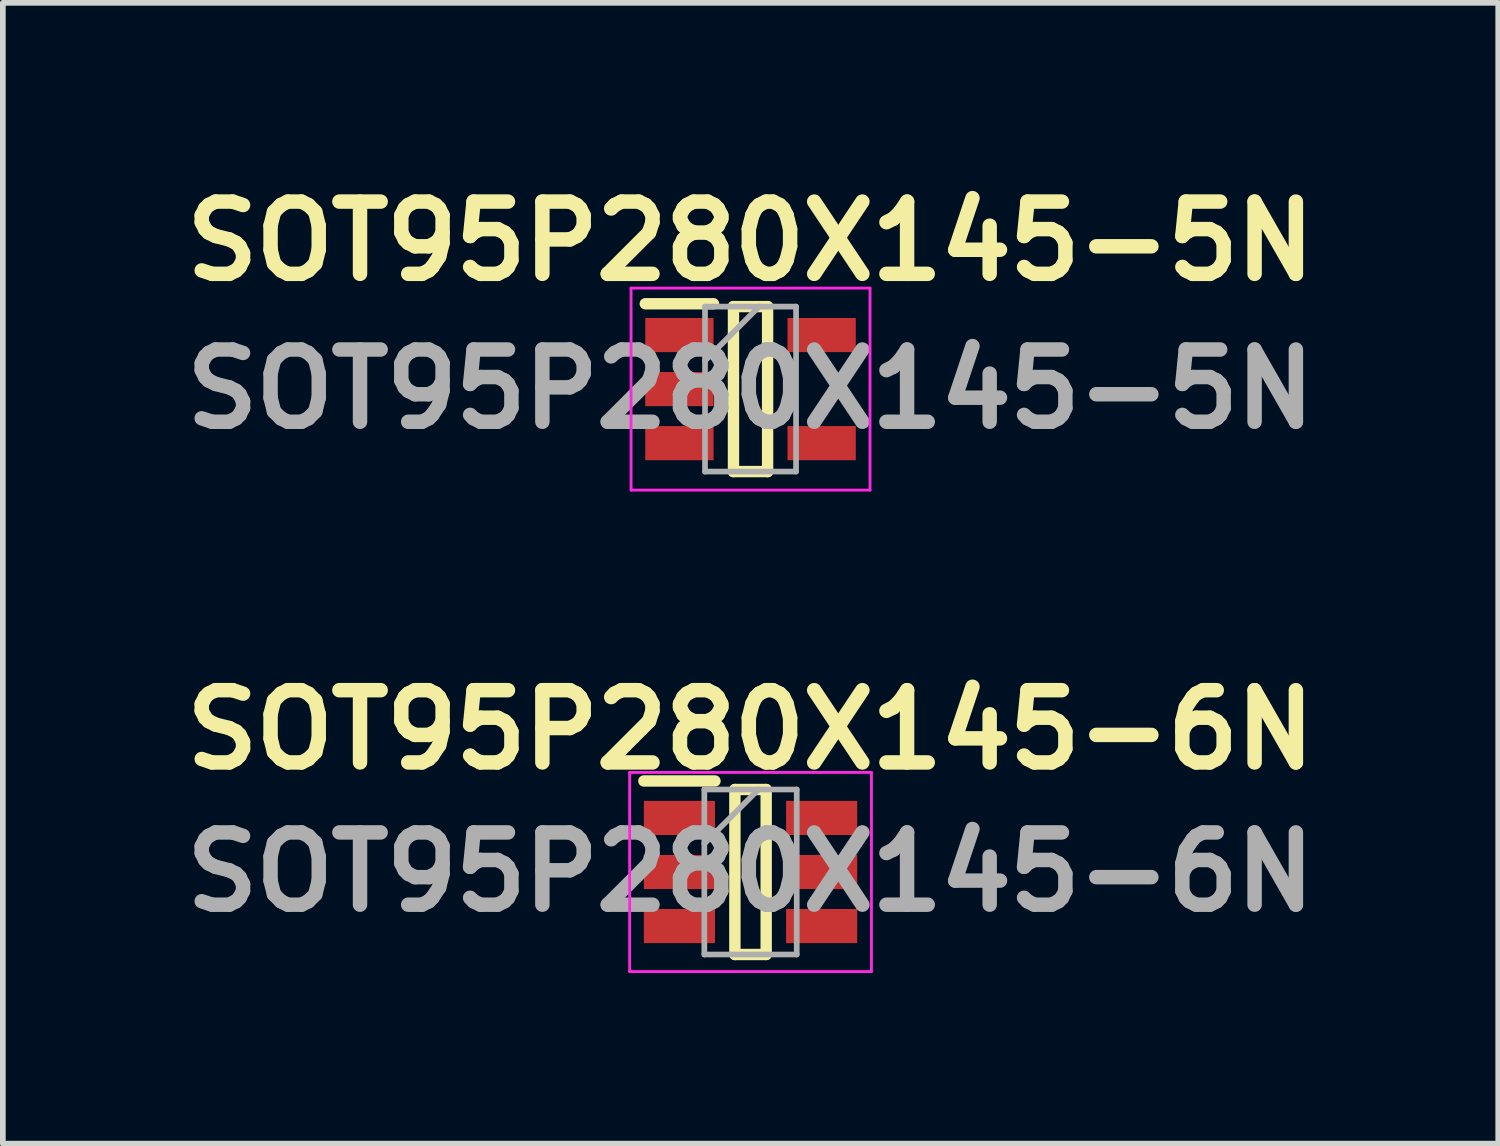
<source format=kicad_pcb>
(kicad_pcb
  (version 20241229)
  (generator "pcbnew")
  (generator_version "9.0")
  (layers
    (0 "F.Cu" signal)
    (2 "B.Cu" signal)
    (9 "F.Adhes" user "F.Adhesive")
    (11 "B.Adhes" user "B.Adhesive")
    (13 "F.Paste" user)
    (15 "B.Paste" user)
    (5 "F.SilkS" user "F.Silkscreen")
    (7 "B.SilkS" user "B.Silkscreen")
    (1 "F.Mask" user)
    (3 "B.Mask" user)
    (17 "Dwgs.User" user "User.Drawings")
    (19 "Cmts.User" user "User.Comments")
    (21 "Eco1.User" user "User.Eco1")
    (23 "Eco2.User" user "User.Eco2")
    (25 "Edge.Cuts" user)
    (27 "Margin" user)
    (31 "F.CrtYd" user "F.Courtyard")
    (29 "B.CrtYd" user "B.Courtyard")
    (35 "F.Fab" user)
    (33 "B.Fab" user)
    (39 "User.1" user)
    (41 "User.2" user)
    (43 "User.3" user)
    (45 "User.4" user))
  (footprint "SOT95P280X145-6N"
    (layer "F.Cu")
    (at 10.142 12.277)
    (property "Reference" "SOT95P280X145-6N" (at 0 -2.5 0) (layer "F.SilkS") (effects (font (size 1.27 1.27) (thickness 0.254))))
    (attr smd)
    (fp_line (start -1.875 -1.6) (end -0.625 -1.6) (stroke (width 0.2) (type solid)) (layer "F.SilkS"))
    (fp_line (start -0.275 -1.45) (end 0.275 -1.45) (stroke (width 0.2) (type solid)) (layer "F.SilkS"))
    (fp_line (start -0.275 1.45) (end -0.275 -1.45) (stroke (width 0.2) (type solid)) (layer "F.SilkS"))
    (fp_line (start 0.275 -1.45) (end 0.275 1.45) (stroke (width 0.2) (type solid)) (layer "F.SilkS"))
    (fp_line (start 0.275 1.45) (end -0.275 1.45) (stroke (width 0.2) (type solid)) (layer "F.SilkS"))
    (fp_line (start -2.125 -1.75) (end 2.125 -1.75) (stroke (width 0.05) (type solid)) (layer "F.CrtYd"))
    (fp_line (start -2.125 1.75) (end -2.125 -1.75) (stroke (width 0.05) (type solid)) (layer "F.CrtYd"))
    (fp_line (start 2.125 -1.75) (end 2.125 1.75) (stroke (width 0.05) (type solid)) (layer "F.CrtYd"))
    (fp_line (start 2.125 1.75) (end -2.125 1.75) (stroke (width 0.05) (type solid)) (layer "F.CrtYd"))
    (fp_line (start -0.812 -1.45) (end 0.812 -1.45) (stroke (width 0.1) (type solid)) (layer "F.Fab"))
    (fp_line (start -0.812 -0.5) (end 0.138 -1.45) (stroke (width 0.1) (type solid)) (layer "F.Fab"))
    (fp_line (start -0.812 1.45) (end -0.812 -1.45) (stroke (width 0.1) (type solid)) (layer "F.Fab"))
    (fp_line (start 0.812 -1.45) (end 0.812 1.45) (stroke (width 0.1) (type solid)) (layer "F.Fab"))
    (fp_line (start 0.812 1.45) (end -0.812 1.45) (stroke (width 0.1) (type solid)) (layer "F.Fab"))
    (fp_text user "${REFERENCE}" (at 0 0 0) (layer "F.Fab") (effects (font (size 1.27 1.27) (thickness 0.254))))
    (pad "1" smd rect (at -1.25 -0.95 90) (size 0.6 1.25) (layers "F.Cu" "F.Mask" "F.Paste"))
    (pad "2" smd rect (at -1.25 0 90) (size 0.6 1.25) (layers "F.Cu" "F.Mask" "F.Paste"))
    (pad "3" smd rect (at -1.25 0.95 90) (size 0.6 1.25) (layers "F.Cu" "F.Mask" "F.Paste"))
    (pad "4" smd rect (at 1.25 0.95 90) (size 0.6 1.25) (layers "F.Cu" "F.Mask" "F.Paste"))
    (pad "5" smd rect (at 1.25 0 90) (size 0.6 1.25) (layers "F.Cu" "F.Mask" "F.Paste"))
    (pad "6" smd rect (at 1.25 -0.95 90) (size 0.6 1.25) (layers "F.Cu" "F.Mask" "F.Paste")))
  (footprint "SOT95P280X145-5N"
    (layer "F.Cu")
    (at 10.142 3.789)
    (property "Reference" "SOT95P280X145-5N" (at 0 -2.6 0) (layer "F.SilkS") (effects (font (size 1.27 1.27) (thickness 0.254))))
    (attr smd)
    (fp_line (start -1.85 -1.5) (end -0.65 -1.5) (stroke (width 0.2) (type solid)) (layer "F.SilkS"))
    (fp_line (start -0.3 -1.45) (end 0.3 -1.45) (stroke (width 0.2) (type solid)) (layer "F.SilkS"))
    (fp_line (start -0.3 1.45) (end -0.3 -1.45) (stroke (width 0.2) (type solid)) (layer "F.SilkS"))
    (fp_line (start 0.3 -1.45) (end 0.3 1.45) (stroke (width 0.2) (type solid)) (layer "F.SilkS"))
    (fp_line (start 0.3 1.45) (end -0.3 1.45) (stroke (width 0.2) (type solid)) (layer "F.SilkS"))
    (fp_line (start -2.1 -1.775) (end 2.1 -1.775) (stroke (width 0.05) (type solid)) (layer "F.CrtYd"))
    (fp_line (start -2.1 1.775) (end -2.1 -1.775) (stroke (width 0.05) (type solid)) (layer "F.CrtYd"))
    (fp_line (start 2.1 -1.775) (end 2.1 1.775) (stroke (width 0.05) (type solid)) (layer "F.CrtYd"))
    (fp_line (start 2.1 1.775) (end -2.1 1.775) (stroke (width 0.05) (type solid)) (layer "F.CrtYd"))
    (fp_line (start -0.8 -1.45) (end 0.8 -1.45) (stroke (width 0.1) (type solid)) (layer "F.Fab"))
    (fp_line (start -0.8 -0.5) (end 0.15 -1.45) (stroke (width 0.1) (type solid)) (layer "F.Fab"))
    (fp_line (start -0.8 1.45) (end -0.8 -1.45) (stroke (width 0.1) (type solid)) (layer "F.Fab"))
    (fp_line (start 0.8 -1.45) (end 0.8 1.45) (stroke (width 0.1) (type solid)) (layer "F.Fab"))
    (fp_line (start 0.8 1.45) (end -0.8 1.45) (stroke (width 0.1) (type solid)) (layer "F.Fab"))
    (fp_text user "${REFERENCE}" (at 0 0 0) (layer "F.Fab") (effects (font (size 1.27 1.27) (thickness 0.254))))
    (pad "1" smd rect (at -1.25 -0.95 90) (size 0.6 1.2) (layers "F.Cu" "F.Mask" "F.Paste"))
    (pad "2" smd rect (at -1.25 0 90) (size 0.6 1.2) (layers "F.Cu" "F.Mask" "F.Paste"))
    (pad "3" smd rect (at -1.25 0.95 90) (size 0.6 1.2) (layers "F.Cu" "F.Mask" "F.Paste"))
    (pad "4" smd rect (at 1.25 0.95 90) (size 0.6 1.2) (layers "F.Cu" "F.Mask" "F.Paste"))
    (pad "5" smd rect (at 1.25 -0.95 90) (size 0.6 1.2) (layers "F.Cu" "F.Mask" "F.Paste")))
  (gr_rect
    (start -3 -3)
    (end 23.284 17.052)
    (stroke (width 0.1) (type default))
    (fill no)
    (layer "Edge.Cuts")))
</source>
